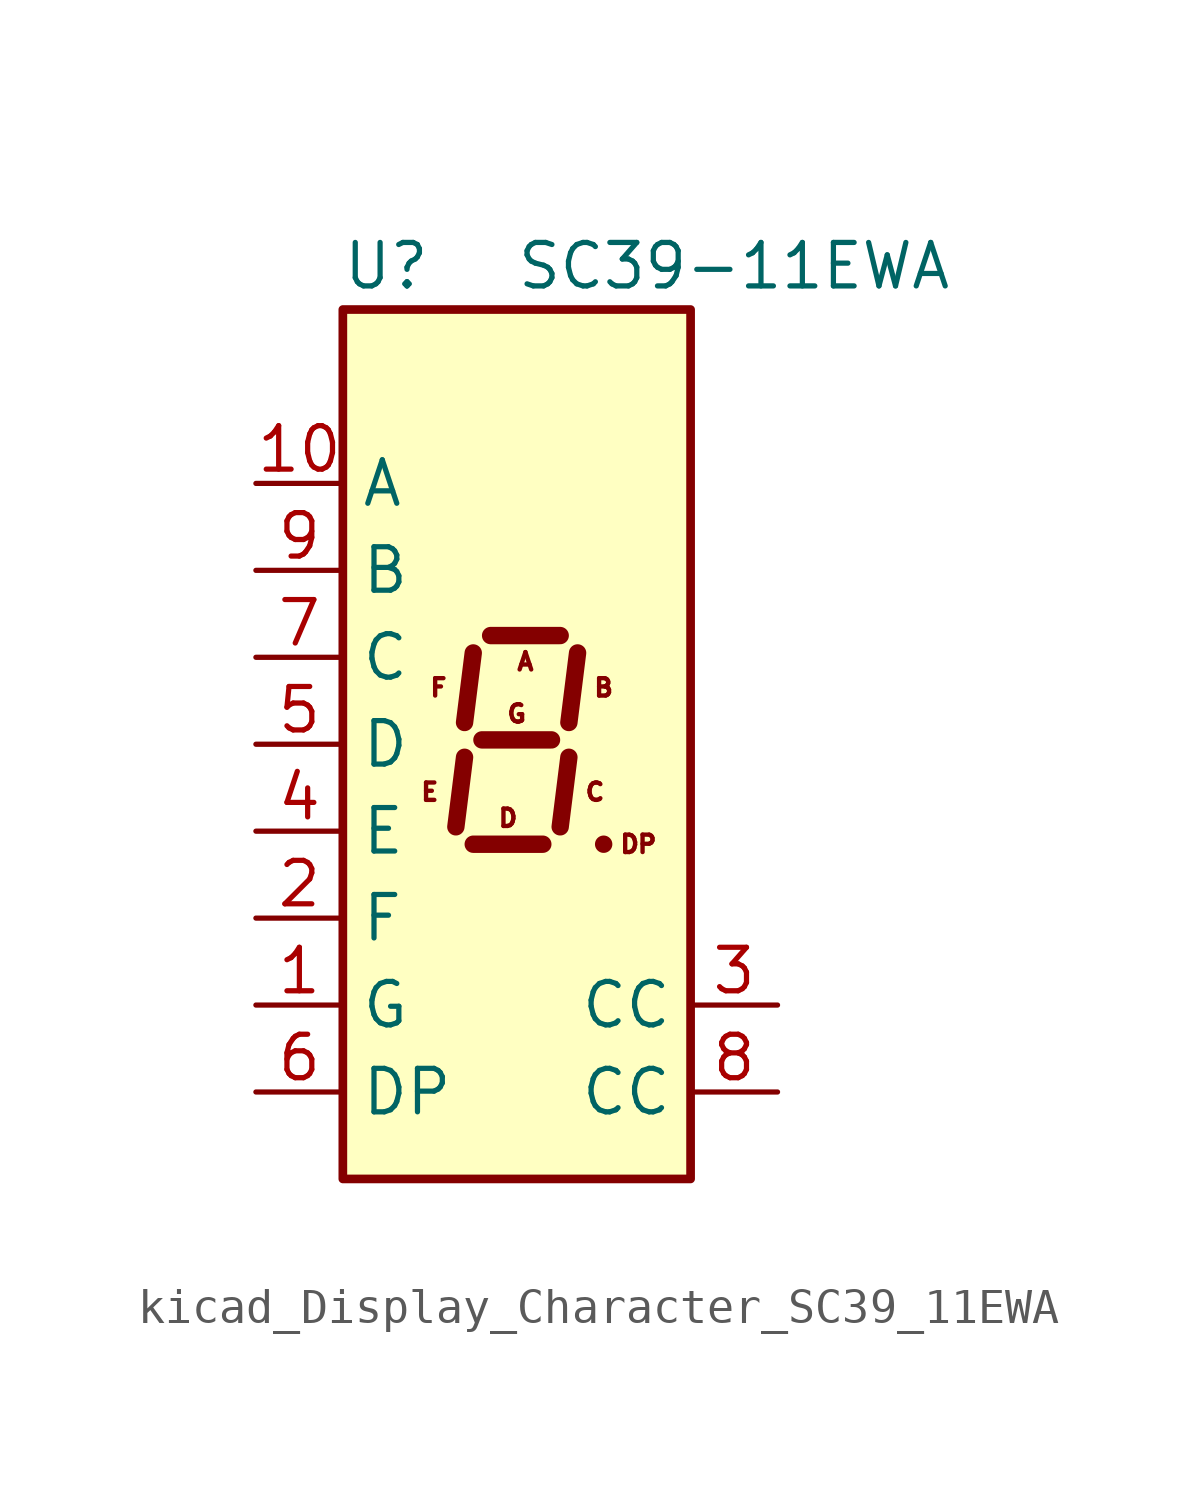
<source format=kicad_sym>
(kicad_symbol_lib
  (version 20220914)
  (generator kicad_symbol_editor)
  (symbol "kicad_Display_Character_SC39_11EWA"
    (property "Reference" "U"
      (at -3.81 13.97 0)
      (effects (font (size 1.27 1.27))))
    (property "Value" "SC39-11EWA"
      (at 6.35 13.97 0)
      (effects (font (size 1.27 1.27))))
    (symbol "kicad_Display_Character_SC39_11EWA_1_0"
      (text "A" (at 0.254 2.413 0) (effects (font (size 0.508 0.508))))
      (text "B" (at 2.54 1.651 0) (effects (font (size 0.508 0.508))))
      (text "C" (at 2.286 -1.397 0) (effects (font (size 0.508 0.508))))
      (text "D" (at -0.254 -2.159 0) (effects (font (size 0.508 0.508))))
      (text "DP" (at 3.556 -2.921 0) (effects (font (size 0.508 0.508))))
      (text "E" (at -2.54 -1.397 0) (effects (font (size 0.508 0.508))))
      (text "F" (at -2.286 1.651 0) (effects (font (size 0.508 0.508))))
      (text "G" (at 0 0.889 0) (effects (font (size 0.508 0.508)))))
    (symbol "kicad_Display_Character_SC39_11EWA_1_1"
      (rectangle (start -5.08 12.7) (end 5.08 -12.7) (stroke (width 0.254) (type default)) (fill (type background)))
      (polyline (pts (xy -1.524 -0.381) (xy -1.778 -2.413)) (stroke (width 0.508) (type default)) (fill (type none)))
      (polyline (pts (xy -1.27 -2.921) (xy 0.762 -2.921)) (stroke (width 0.508) (type default)) (fill (type none)))
      (polyline (pts (xy -1.27 2.667) (xy -1.524 0.635)) (stroke (width 0.508) (type default)) (fill (type none)))
      (polyline (pts (xy -1.016 0.127) (xy 1.016 0.127)) (stroke (width 0.508) (type default)) (fill (type none)))
      (polyline (pts (xy -0.762 3.175) (xy 1.27 3.175)) (stroke (width 0.508) (type default)) (fill (type none)))
      (polyline (pts (xy 1.524 -0.381) (xy 1.27 -2.413)) (stroke (width 0.508) (type default)) (fill (type none)))
      (polyline (pts (xy 1.778 2.667) (xy 1.524 0.635)) (stroke (width 0.508) (type default)) (fill (type none)))
      (polyline (pts (xy 2.54 -2.921) (xy 2.54 -2.921)) (stroke (width 0.508) (type default)) (fill (type none)))
      (pin input line (at -7.62 -7.62 0) (length 2.54) (name "G" (effects (font (size 1.27 1.27)))) (number "1" (effects (font (size 1.27 1.27)))))
      (pin input line (at -7.62 7.62 0) (length 2.54) (name "A" (effects (font (size 1.27 1.27)))) (number "10" (effects (font (size 1.27 1.27)))))
      (pin input line (at -7.62 -5.08 0) (length 2.54) (name "F" (effects (font (size 1.27 1.27)))) (number "2" (effects (font (size 1.27 1.27)))))
      (pin input line (at 7.62 -7.62 180) (length 2.54) (name "CC" (effects (font (size 1.27 1.27)))) (number "3" (effects (font (size 1.27 1.27)))))
      (pin input line (at -7.62 -2.54 0) (length 2.54) (name "E" (effects (font (size 1.27 1.27)))) (number "4" (effects (font (size 1.27 1.27)))))
      (pin input line (at -7.62 0 0) (length 2.54) (name "D" (effects (font (size 1.27 1.27)))) (number "5" (effects (font (size 1.27 1.27)))))
      (pin input line (at -7.62 -10.16 0) (length 2.54) (name "DP" (effects (font (size 1.27 1.27)))) (number "6" (effects (font (size 1.27 1.27)))))
      (pin input line (at -7.62 2.54 0) (length 2.54) (name "C" (effects (font (size 1.27 1.27)))) (number "7" (effects (font (size 1.27 1.27)))))
      (pin input line (at 7.62 -10.16 180) (length 2.54) (name "CC" (effects (font (size 1.27 1.27)))) (number "8" (effects (font (size 1.27 1.27)))))
      (pin input line (at -7.62 5.08 0) (length 2.54) (name "B" (effects (font (size 1.27 1.27)))) (number "9" (effects (font (size 1.27 1.27))))))))
</source>
